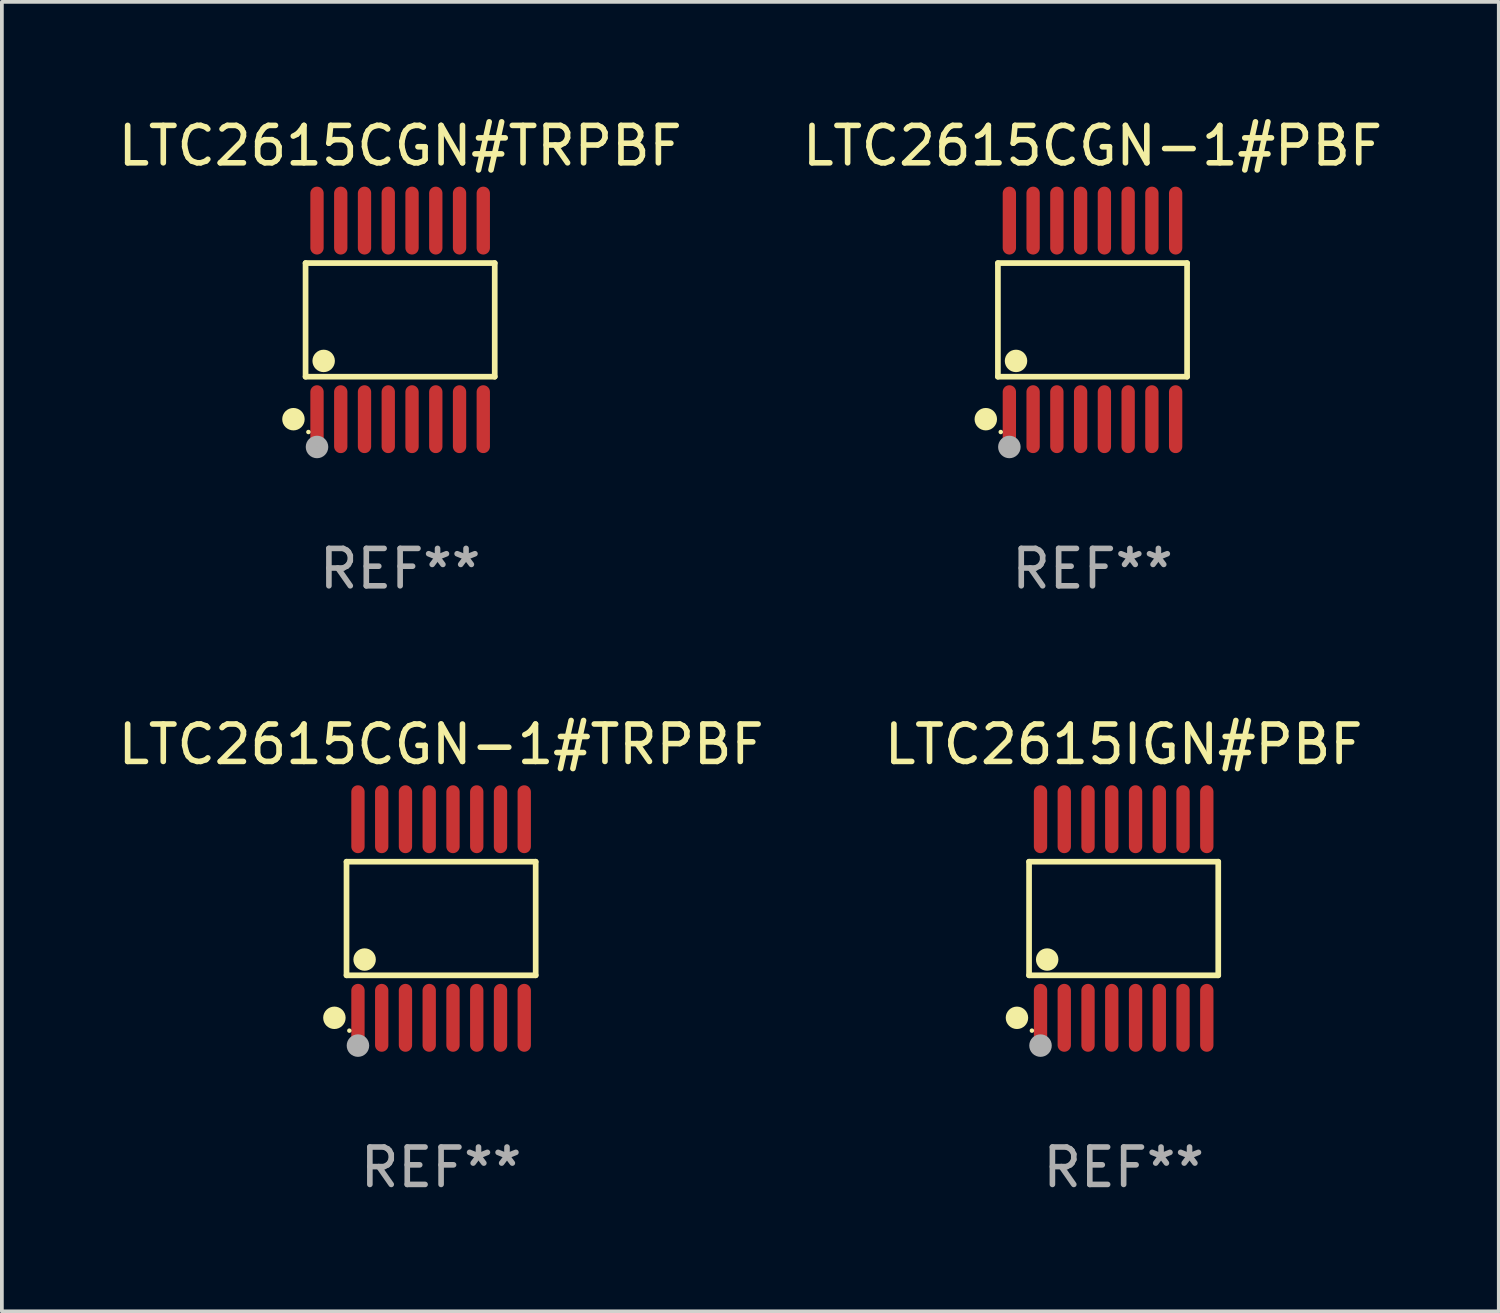
<source format=kicad_pcb>
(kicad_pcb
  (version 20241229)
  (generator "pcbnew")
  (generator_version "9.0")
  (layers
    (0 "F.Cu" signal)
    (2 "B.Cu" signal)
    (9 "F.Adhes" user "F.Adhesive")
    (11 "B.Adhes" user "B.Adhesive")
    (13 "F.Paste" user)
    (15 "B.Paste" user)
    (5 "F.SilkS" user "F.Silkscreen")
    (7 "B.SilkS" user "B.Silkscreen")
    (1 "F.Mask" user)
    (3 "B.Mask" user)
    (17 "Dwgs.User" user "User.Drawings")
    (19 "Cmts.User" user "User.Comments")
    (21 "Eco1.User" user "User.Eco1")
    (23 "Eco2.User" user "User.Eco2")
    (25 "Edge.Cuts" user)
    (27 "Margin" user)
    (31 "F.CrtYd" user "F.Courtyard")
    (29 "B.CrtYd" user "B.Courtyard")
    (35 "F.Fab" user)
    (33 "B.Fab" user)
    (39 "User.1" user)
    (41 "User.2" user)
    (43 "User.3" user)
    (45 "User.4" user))
  (footprint "LTC2615CGN#TRPBF"
    (layer "F.Cu")
    (at 7.649 5.503)
    (property "Reference" "LTC2615CGN#TRPBF" (at 0 -4.655 0) (layer "F.SilkS") (effects (font (size 1 1) (thickness 0.15))))
    (attr through_hole)
    (fp_line (start -2.529 -1.519) (end 2.529 -1.519) (stroke (width 0.152) (type solid)) (layer "F.SilkS"))
    (fp_line (start -2.529 1.519) (end -2.529 -1.519) (stroke (width 0.152) (type solid)) (layer "F.SilkS"))
    (fp_line (start 2.529 -1.519) (end 2.529 1.519) (stroke (width 0.152) (type solid)) (layer "F.SilkS"))
    (fp_line (start 2.529 1.519) (end -2.529 1.519) (stroke (width 0.152) (type solid)) (layer "F.SilkS"))
    (fp_circle (center -2.853 2.655) (end -2.703 2.655) (stroke (width 0.3) (type solid)) (fill no) (layer "F.SilkS"))
    (fp_circle (center -2.453 2.998) (end -2.423 2.998) (stroke (width 0.06) (type solid)) (fill no) (layer "F.SilkS"))
    (fp_circle (center -2.045 1.097) (end -1.895 1.097) (stroke (width 0.3) (type solid)) (fill no) (layer "F.SilkS"))
    (fp_circle (center -2.223 3.398) (end -2.072 3.398) (stroke (width 0.3) (type solid)) (fill no) (layer "F.Fab"))
    (fp_text user "REF**" (at 0 6.655 0) (layer "F.Fab") (effects (font (size 1 1) (thickness 0.15))))
    (pad "1" smd oval (at -2.223 2.655) (size 0.356 1.815) (layers "F.Cu" "F.Mask" "F.Paste"))
    (pad "2" smd oval (at -1.588 2.655) (size 0.356 1.815) (layers "F.Cu" "F.Mask" "F.Paste"))
    (pad "3" smd oval (at -0.953 2.655) (size 0.356 1.815) (layers "F.Cu" "F.Mask" "F.Paste"))
    (pad "4" smd oval (at -0.318 2.655) (size 0.356 1.815) (layers "F.Cu" "F.Mask" "F.Paste"))
    (pad "5" smd oval (at 0.318 2.655) (size 0.356 1.815) (layers "F.Cu" "F.Mask" "F.Paste"))
    (pad "6" smd oval (at 0.953 2.655) (size 0.356 1.815) (layers "F.Cu" "F.Mask" "F.Paste"))
    (pad "7" smd oval (at 1.588 2.655) (size 0.356 1.815) (layers "F.Cu" "F.Mask" "F.Paste"))
    (pad "8" smd oval (at 2.223 2.655) (size 0.356 1.815) (layers "F.Cu" "F.Mask" "F.Paste"))
    (pad "9" smd oval (at 2.223 -2.655) (size 0.356 1.815) (layers "F.Cu" "F.Mask" "F.Paste"))
    (pad "10" smd oval (at 1.588 -2.655) (size 0.356 1.815) (layers "F.Cu" "F.Mask" "F.Paste"))
    (pad "11" smd oval (at 0.953 -2.655) (size 0.356 1.815) (layers "F.Cu" "F.Mask" "F.Paste"))
    (pad "12" smd oval (at 0.318 -2.655) (size 0.356 1.815) (layers "F.Cu" "F.Mask" "F.Paste"))
    (pad "13" smd oval (at -0.318 -2.655) (size 0.356 1.815) (layers "F.Cu" "F.Mask" "F.Paste"))
    (pad "14" smd oval (at -0.953 -2.655) (size 0.356 1.815) (layers "F.Cu" "F.Mask" "F.Paste"))
    (pad "15" smd oval (at -1.588 -2.655) (size 0.356 1.815) (layers "F.Cu" "F.Mask" "F.Paste"))
    (pad "16" smd oval (at -2.223 -2.655) (size 0.356 1.815) (layers "F.Cu" "F.Mask" "F.Paste")))
  (footprint "LTC2615CGN-1#PBF"
    (layer "F.Cu")
    (at 26.161 5.503)
    (property "Reference" "LTC2615CGN-1#PBF" (at 0 -4.655 0) (layer "F.SilkS") (effects (font (size 1 1) (thickness 0.15))))
    (attr through_hole)
    (fp_line (start -2.529 -1.519) (end 2.529 -1.519) (stroke (width 0.152) (type solid)) (layer "F.SilkS"))
    (fp_line (start -2.529 1.519) (end -2.529 -1.519) (stroke (width 0.152) (type solid)) (layer "F.SilkS"))
    (fp_line (start 2.529 -1.519) (end 2.529 1.519) (stroke (width 0.152) (type solid)) (layer "F.SilkS"))
    (fp_line (start 2.529 1.519) (end -2.529 1.519) (stroke (width 0.152) (type solid)) (layer "F.SilkS"))
    (fp_circle (center -2.853 2.655) (end -2.703 2.655) (stroke (width 0.3) (type solid)) (fill no) (layer "F.SilkS"))
    (fp_circle (center -2.453 2.998) (end -2.423 2.998) (stroke (width 0.06) (type solid)) (fill no) (layer "F.SilkS"))
    (fp_circle (center -2.045 1.097) (end -1.895 1.097) (stroke (width 0.3) (type solid)) (fill no) (layer "F.SilkS"))
    (fp_circle (center -2.223 3.398) (end -2.072 3.398) (stroke (width 0.3) (type solid)) (fill no) (layer "F.Fab"))
    (fp_text user "REF**" (at 0 6.655 0) (layer "F.Fab") (effects (font (size 1 1) (thickness 0.15))))
    (pad "1" smd oval (at -2.223 2.655) (size 0.356 1.815) (layers "F.Cu" "F.Mask" "F.Paste"))
    (pad "2" smd oval (at -1.588 2.655) (size 0.356 1.815) (layers "F.Cu" "F.Mask" "F.Paste"))
    (pad "3" smd oval (at -0.953 2.655) (size 0.356 1.815) (layers "F.Cu" "F.Mask" "F.Paste"))
    (pad "4" smd oval (at -0.318 2.655) (size 0.356 1.815) (layers "F.Cu" "F.Mask" "F.Paste"))
    (pad "5" smd oval (at 0.318 2.655) (size 0.356 1.815) (layers "F.Cu" "F.Mask" "F.Paste"))
    (pad "6" smd oval (at 0.953 2.655) (size 0.356 1.815) (layers "F.Cu" "F.Mask" "F.Paste"))
    (pad "7" smd oval (at 1.588 2.655) (size 0.356 1.815) (layers "F.Cu" "F.Mask" "F.Paste"))
    (pad "8" smd oval (at 2.223 2.655) (size 0.356 1.815) (layers "F.Cu" "F.Mask" "F.Paste"))
    (pad "9" smd oval (at 2.223 -2.655) (size 0.356 1.815) (layers "F.Cu" "F.Mask" "F.Paste"))
    (pad "10" smd oval (at 1.588 -2.655) (size 0.356 1.815) (layers "F.Cu" "F.Mask" "F.Paste"))
    (pad "11" smd oval (at 0.953 -2.655) (size 0.356 1.815) (layers "F.Cu" "F.Mask" "F.Paste"))
    (pad "12" smd oval (at 0.318 -2.655) (size 0.356 1.815) (layers "F.Cu" "F.Mask" "F.Paste"))
    (pad "13" smd oval (at -0.318 -2.655) (size 0.356 1.815) (layers "F.Cu" "F.Mask" "F.Paste"))
    (pad "14" smd oval (at -0.953 -2.655) (size 0.356 1.815) (layers "F.Cu" "F.Mask" "F.Paste"))
    (pad "15" smd oval (at -1.588 -2.655) (size 0.356 1.815) (layers "F.Cu" "F.Mask" "F.Paste"))
    (pad "16" smd oval (at -2.223 -2.655) (size 0.356 1.815) (layers "F.Cu" "F.Mask" "F.Paste")))
  (footprint "LTC2615IGN#PBF"
    (layer "F.Cu")
    (at 26.994 21.509)
    (property "Reference" "LTC2615IGN#PBF" (at 0 -4.655 0) (layer "F.SilkS") (effects (font (size 1 1) (thickness 0.15))))
    (attr through_hole)
    (fp_line (start -2.529 -1.519) (end 2.529 -1.519) (stroke (width 0.152) (type solid)) (layer "F.SilkS"))
    (fp_line (start -2.529 1.519) (end -2.529 -1.519) (stroke (width 0.152) (type solid)) (layer "F.SilkS"))
    (fp_line (start 2.529 -1.519) (end 2.529 1.519) (stroke (width 0.152) (type solid)) (layer "F.SilkS"))
    (fp_line (start 2.529 1.519) (end -2.529 1.519) (stroke (width 0.152) (type solid)) (layer "F.SilkS"))
    (fp_circle (center -2.853 2.655) (end -2.703 2.655) (stroke (width 0.3) (type solid)) (fill no) (layer "F.SilkS"))
    (fp_circle (center -2.453 2.998) (end -2.423 2.998) (stroke (width 0.06) (type solid)) (fill no) (layer "F.SilkS"))
    (fp_circle (center -2.045 1.097) (end -1.895 1.097) (stroke (width 0.3) (type solid)) (fill no) (layer "F.SilkS"))
    (fp_circle (center -2.223 3.398) (end -2.072 3.398) (stroke (width 0.3) (type solid)) (fill no) (layer "F.Fab"))
    (fp_text user "REF**" (at 0 6.655 0) (layer "F.Fab") (effects (font (size 1 1) (thickness 0.15))))
    (pad "1" smd oval (at -2.223 2.655) (size 0.356 1.815) (layers "F.Cu" "F.Mask" "F.Paste"))
    (pad "2" smd oval (at -1.588 2.655) (size 0.356 1.815) (layers "F.Cu" "F.Mask" "F.Paste"))
    (pad "3" smd oval (at -0.953 2.655) (size 0.356 1.815) (layers "F.Cu" "F.Mask" "F.Paste"))
    (pad "4" smd oval (at -0.318 2.655) (size 0.356 1.815) (layers "F.Cu" "F.Mask" "F.Paste"))
    (pad "5" smd oval (at 0.318 2.655) (size 0.356 1.815) (layers "F.Cu" "F.Mask" "F.Paste"))
    (pad "6" smd oval (at 0.953 2.655) (size 0.356 1.815) (layers "F.Cu" "F.Mask" "F.Paste"))
    (pad "7" smd oval (at 1.588 2.655) (size 0.356 1.815) (layers "F.Cu" "F.Mask" "F.Paste"))
    (pad "8" smd oval (at 2.223 2.655) (size 0.356 1.815) (layers "F.Cu" "F.Mask" "F.Paste"))
    (pad "9" smd oval (at 2.223 -2.655) (size 0.356 1.815) (layers "F.Cu" "F.Mask" "F.Paste"))
    (pad "10" smd oval (at 1.588 -2.655) (size 0.356 1.815) (layers "F.Cu" "F.Mask" "F.Paste"))
    (pad "11" smd oval (at 0.953 -2.655) (size 0.356 1.815) (layers "F.Cu" "F.Mask" "F.Paste"))
    (pad "12" smd oval (at 0.318 -2.655) (size 0.356 1.815) (layers "F.Cu" "F.Mask" "F.Paste"))
    (pad "13" smd oval (at -0.318 -2.655) (size 0.356 1.815) (layers "F.Cu" "F.Mask" "F.Paste"))
    (pad "14" smd oval (at -0.953 -2.655) (size 0.356 1.815) (layers "F.Cu" "F.Mask" "F.Paste"))
    (pad "15" smd oval (at -1.588 -2.655) (size 0.356 1.815) (layers "F.Cu" "F.Mask" "F.Paste"))
    (pad "16" smd oval (at -2.223 -2.655) (size 0.356 1.815) (layers "F.Cu" "F.Mask" "F.Paste")))
  (footprint "LTC2615CGN-1#TRPBF"
    (layer "F.Cu")
    (at 8.744 21.509)
    (property "Reference" "LTC2615CGN-1#TRPBF" (at 0 -4.655 0) (layer "F.SilkS") (effects (font (size 1 1) (thickness 0.15))))
    (attr through_hole)
    (fp_line (start -2.529 -1.519) (end 2.529 -1.519) (stroke (width 0.152) (type solid)) (layer "F.SilkS"))
    (fp_line (start -2.529 1.519) (end -2.529 -1.519) (stroke (width 0.152) (type solid)) (layer "F.SilkS"))
    (fp_line (start 2.529 -1.519) (end 2.529 1.519) (stroke (width 0.152) (type solid)) (layer "F.SilkS"))
    (fp_line (start 2.529 1.519) (end -2.529 1.519) (stroke (width 0.152) (type solid)) (layer "F.SilkS"))
    (fp_circle (center -2.853 2.655) (end -2.703 2.655) (stroke (width 0.3) (type solid)) (fill no) (layer "F.SilkS"))
    (fp_circle (center -2.453 2.998) (end -2.423 2.998) (stroke (width 0.06) (type solid)) (fill no) (layer "F.SilkS"))
    (fp_circle (center -2.045 1.097) (end -1.895 1.097) (stroke (width 0.3) (type solid)) (fill no) (layer "F.SilkS"))
    (fp_circle (center -2.223 3.398) (end -2.072 3.398) (stroke (width 0.3) (type solid)) (fill no) (layer "F.Fab"))
    (fp_text user "REF**" (at 0 6.655 0) (layer "F.Fab") (effects (font (size 1 1) (thickness 0.15))))
    (pad "1" smd oval (at -2.223 2.655) (size 0.356 1.815) (layers "F.Cu" "F.Mask" "F.Paste"))
    (pad "2" smd oval (at -1.588 2.655) (size 0.356 1.815) (layers "F.Cu" "F.Mask" "F.Paste"))
    (pad "3" smd oval (at -0.953 2.655) (size 0.356 1.815) (layers "F.Cu" "F.Mask" "F.Paste"))
    (pad "4" smd oval (at -0.318 2.655) (size 0.356 1.815) (layers "F.Cu" "F.Mask" "F.Paste"))
    (pad "5" smd oval (at 0.318 2.655) (size 0.356 1.815) (layers "F.Cu" "F.Mask" "F.Paste"))
    (pad "6" smd oval (at 0.953 2.655) (size 0.356 1.815) (layers "F.Cu" "F.Mask" "F.Paste"))
    (pad "7" smd oval (at 1.588 2.655) (size 0.356 1.815) (layers "F.Cu" "F.Mask" "F.Paste"))
    (pad "8" smd oval (at 2.223 2.655) (size 0.356 1.815) (layers "F.Cu" "F.Mask" "F.Paste"))
    (pad "9" smd oval (at 2.223 -2.655) (size 0.356 1.815) (layers "F.Cu" "F.Mask" "F.Paste"))
    (pad "10" smd oval (at 1.588 -2.655) (size 0.356 1.815) (layers "F.Cu" "F.Mask" "F.Paste"))
    (pad "11" smd oval (at 0.953 -2.655) (size 0.356 1.815) (layers "F.Cu" "F.Mask" "F.Paste"))
    (pad "12" smd oval (at 0.318 -2.655) (size 0.356 1.815) (layers "F.Cu" "F.Mask" "F.Paste"))
    (pad "13" smd oval (at -0.318 -2.655) (size 0.356 1.815) (layers "F.Cu" "F.Mask" "F.Paste"))
    (pad "14" smd oval (at -0.953 -2.655) (size 0.356 1.815) (layers "F.Cu" "F.Mask" "F.Paste"))
    (pad "15" smd oval (at -1.588 -2.655) (size 0.356 1.815) (layers "F.Cu" "F.Mask" "F.Paste"))
    (pad "16" smd oval (at -2.223 -2.655) (size 0.356 1.815) (layers "F.Cu" "F.Mask" "F.Paste")))
  (gr_rect
    (start -3 -3)
    (end 37.024 32.012)
    (stroke (width 0.1) (type default))
    (fill no)
    (layer "Edge.Cuts")))
</source>
